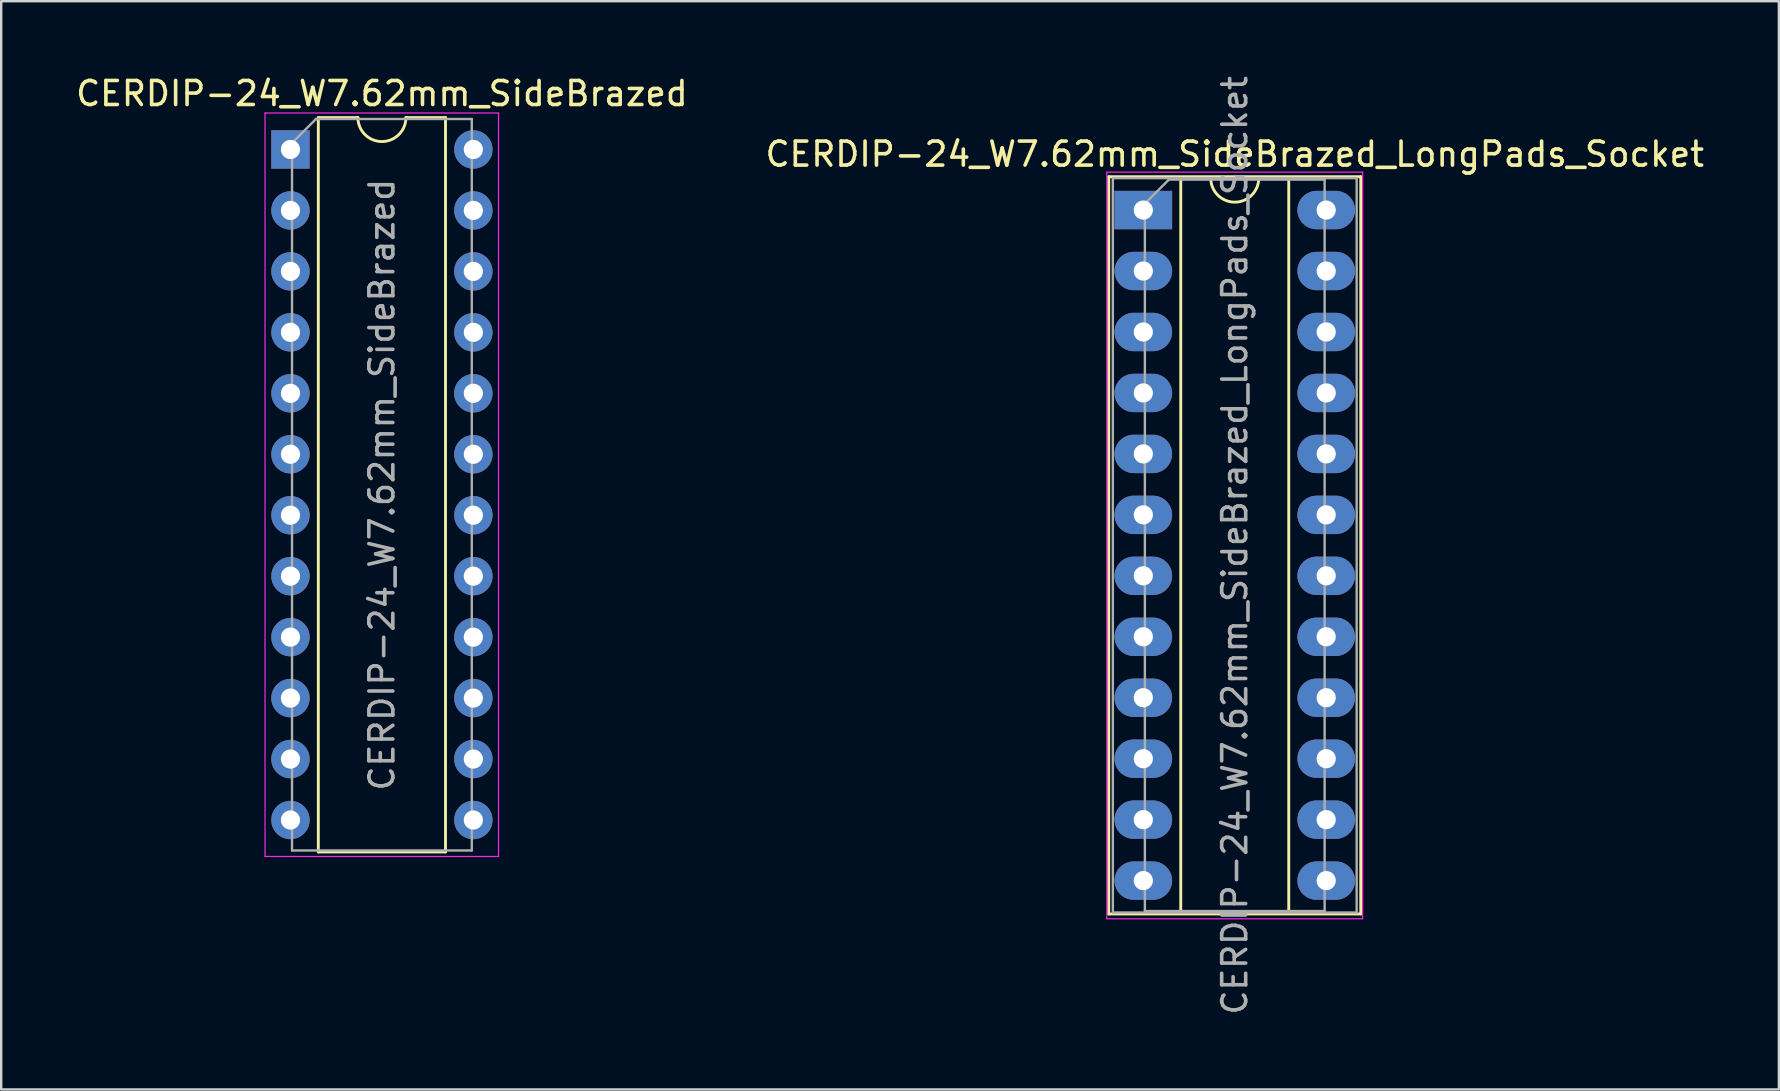
<source format=kicad_pcb>
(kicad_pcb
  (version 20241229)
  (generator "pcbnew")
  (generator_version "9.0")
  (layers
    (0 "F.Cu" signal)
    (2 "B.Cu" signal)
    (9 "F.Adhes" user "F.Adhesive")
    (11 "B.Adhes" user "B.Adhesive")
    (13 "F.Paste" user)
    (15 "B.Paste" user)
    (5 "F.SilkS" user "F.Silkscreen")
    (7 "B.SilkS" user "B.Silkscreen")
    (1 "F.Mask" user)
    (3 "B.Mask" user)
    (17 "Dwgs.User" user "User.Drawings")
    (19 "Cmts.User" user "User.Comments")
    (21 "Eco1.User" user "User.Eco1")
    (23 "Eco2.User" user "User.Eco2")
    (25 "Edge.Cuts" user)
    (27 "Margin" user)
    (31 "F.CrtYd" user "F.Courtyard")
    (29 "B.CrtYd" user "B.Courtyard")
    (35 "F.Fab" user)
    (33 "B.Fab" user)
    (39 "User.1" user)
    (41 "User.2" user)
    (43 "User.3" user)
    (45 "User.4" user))
  (footprint "CERDIP-24_W7.62mm_SideBrazed"
    (layer "F.Cu")
    (at 9.053 3.178)
    (property "Reference" "CERDIP-24_W7.62mm_SideBrazed" (at 3.81 -2.33 0) (layer "F.SilkS") (effects (font (size 1 1) (thickness 0.15))))
    (attr through_hole)
    (fp_line (start 1.16 -1.33) (end 1.16 29.27) (stroke (width 0.12) (type solid)) (layer "F.SilkS"))
    (fp_line (start 1.16 29.27) (end 6.46 29.27) (stroke (width 0.12) (type solid)) (layer "F.SilkS"))
    (fp_line (start 2.81 -1.33) (end 1.16 -1.33) (stroke (width 0.12) (type solid)) (layer "F.SilkS"))
    (fp_line (start 6.46 -1.33) (end 4.81 -1.33) (stroke (width 0.12) (type solid)) (layer "F.SilkS"))
    (fp_line (start 6.46 29.27) (end 6.46 -1.33) (stroke (width 0.12) (type solid)) (layer "F.SilkS"))
    (fp_arc (start 4.81 -1.33) (mid 3.81 -0.33) (end 2.81 -1.33) (stroke (width 0.12) (type solid)) (layer "F.SilkS"))
    (fp_line (start -1.06 -1.52) (end -1.06 29.46) (stroke (width 0.05) (type solid)) (layer "F.CrtYd"))
    (fp_line (start -1.06 29.46) (end 8.67 29.46) (stroke (width 0.05) (type solid)) (layer "F.CrtYd"))
    (fp_line (start 8.67 -1.52) (end -1.06 -1.52) (stroke (width 0.05) (type solid)) (layer "F.CrtYd"))
    (fp_line (start 8.67 29.46) (end 8.67 -1.52) (stroke (width 0.05) (type solid)) (layer "F.CrtYd"))
    (fp_line (start 0.065 -0.27) (end 1.065 -1.27) (stroke (width 0.1) (type solid)) (layer "F.Fab"))
    (fp_line (start 0.065 29.21) (end 0.065 -0.27) (stroke (width 0.1) (type solid)) (layer "F.Fab"))
    (fp_line (start 1.065 -1.27) (end 7.555 -1.27) (stroke (width 0.1) (type solid)) (layer "F.Fab"))
    (fp_line (start 7.555 -1.27) (end 7.555 29.21) (stroke (width 0.1) (type solid)) (layer "F.Fab"))
    (fp_line (start 7.555 29.21) (end 0.065 29.21) (stroke (width 0.1) (type solid)) (layer "F.Fab"))
    (fp_text user "${REFERENCE}" (at 3.81 13.97 90) (layer "F.Fab") (effects (font (size 1 1) (thickness 0.15))))
    (pad "1" thru_hole rect (at 0 0) (size 1.6 1.6) (drill 0.8) (layers "*.Cu" "*.Mask"))
    (pad "2" thru_hole circle (at 0 2.54) (size 1.6 1.6) (drill 0.8) (layers "*.Cu" "*.Mask"))
    (pad "3" thru_hole circle (at 0 5.08) (size 1.6 1.6) (drill 0.8) (layers "*.Cu" "*.Mask"))
    (pad "4" thru_hole circle (at 0 7.62) (size 1.6 1.6) (drill 0.8) (layers "*.Cu" "*.Mask"))
    (pad "5" thru_hole circle (at 0 10.16) (size 1.6 1.6) (drill 0.8) (layers "*.Cu" "*.Mask"))
    (pad "6" thru_hole circle (at 0 12.7) (size 1.6 1.6) (drill 0.8) (layers "*.Cu" "*.Mask"))
    (pad "7" thru_hole circle (at 0 15.24) (size 1.6 1.6) (drill 0.8) (layers "*.Cu" "*.Mask"))
    (pad "8" thru_hole circle (at 0 17.78) (size 1.6 1.6) (drill 0.8) (layers "*.Cu" "*.Mask"))
    (pad "9" thru_hole circle (at 0 20.32) (size 1.6 1.6) (drill 0.8) (layers "*.Cu" "*.Mask"))
    (pad "10" thru_hole circle (at 0 22.86) (size 1.6 1.6) (drill 0.8) (layers "*.Cu" "*.Mask"))
    (pad "11" thru_hole circle (at 0 25.4) (size 1.6 1.6) (drill 0.8) (layers "*.Cu" "*.Mask"))
    (pad "12" thru_hole circle (at 0 27.94) (size 1.6 1.6) (drill 0.8) (layers "*.Cu" "*.Mask"))
    (pad "13" thru_hole circle (at 7.62 27.94) (size 1.6 1.6) (drill 0.8) (layers "*.Cu" "*.Mask"))
    (pad "14" thru_hole circle (at 7.62 25.4) (size 1.6 1.6) (drill 0.8) (layers "*.Cu" "*.Mask"))
    (pad "15" thru_hole circle (at 7.62 22.86) (size 1.6 1.6) (drill 0.8) (layers "*.Cu" "*.Mask"))
    (pad "16" thru_hole circle (at 7.62 20.32) (size 1.6 1.6) (drill 0.8) (layers "*.Cu" "*.Mask"))
    (pad "17" thru_hole circle (at 7.62 17.78) (size 1.6 1.6) (drill 0.8) (layers "*.Cu" "*.Mask"))
    (pad "18" thru_hole circle (at 7.62 15.24) (size 1.6 1.6) (drill 0.8) (layers "*.Cu" "*.Mask"))
    (pad "19" thru_hole circle (at 7.62 12.7) (size 1.6 1.6) (drill 0.8) (layers "*.Cu" "*.Mask"))
    (pad "20" thru_hole circle (at 7.62 10.16) (size 1.6 1.6) (drill 0.8) (layers "*.Cu" "*.Mask"))
    (pad "21" thru_hole circle (at 7.62 7.62) (size 1.6 1.6) (drill 0.8) (layers "*.Cu" "*.Mask"))
    (pad "22" thru_hole circle (at 7.62 5.08) (size 1.6 1.6) (drill 0.8) (layers "*.Cu" "*.Mask"))
    (pad "23" thru_hole circle (at 7.62 2.54) (size 1.6 1.6) (drill 0.8) (layers "*.Cu" "*.Mask"))
    (pad "24" thru_hole circle (at 7.62 0) (size 1.6 1.6) (drill 0.8) (layers "*.Cu" "*.Mask")))
  (footprint "CERDIP-24_W7.62mm_SideBrazed_LongPads_Socket"
    (layer "F.Cu")
    (at 44.589 5.703)
    (property "Reference" "CERDIP-24_W7.62mm_SideBrazed_LongPads_Socket" (at 3.81 -2.33 0) (layer "F.SilkS") (effects (font (size 1 1) (thickness 0.15))))
    (attr through_hole)
    (fp_line (start -1.44 -1.39) (end -1.44 29.33) (stroke (width 0.12) (type solid)) (layer "F.SilkS"))
    (fp_line (start -1.44 29.33) (end 9.06 29.33) (stroke (width 0.12) (type solid)) (layer "F.SilkS"))
    (fp_line (start 1.56 -1.33) (end 1.56 29.27) (stroke (width 0.12) (type solid)) (layer "F.SilkS"))
    (fp_line (start 1.56 29.27) (end 6.06 29.27) (stroke (width 0.12) (type solid)) (layer "F.SilkS"))
    (fp_line (start 2.81 -1.33) (end 1.56 -1.33) (stroke (width 0.12) (type solid)) (layer "F.SilkS"))
    (fp_line (start 6.06 -1.33) (end 4.81 -1.33) (stroke (width 0.12) (type solid)) (layer "F.SilkS"))
    (fp_line (start 6.06 29.27) (end 6.06 -1.33) (stroke (width 0.12) (type solid)) (layer "F.SilkS"))
    (fp_line (start 9.06 -1.39) (end -1.44 -1.39) (stroke (width 0.12) (type solid)) (layer "F.SilkS"))
    (fp_line (start 9.06 29.33) (end 9.06 -1.39) (stroke (width 0.12) (type solid)) (layer "F.SilkS"))
    (fp_arc (start 4.81 -1.33) (mid 3.81 -0.33) (end 2.81 -1.33) (stroke (width 0.12) (type solid)) (layer "F.SilkS"))
    (fp_line (start -1.52 -1.58) (end -1.52 29.53) (stroke (width 0.05) (type solid)) (layer "F.CrtYd"))
    (fp_line (start -1.52 29.53) (end 9.14 29.53) (stroke (width 0.05) (type solid)) (layer "F.CrtYd"))
    (fp_line (start 9.14 -1.58) (end -1.52 -1.58) (stroke (width 0.05) (type solid)) (layer "F.CrtYd"))
    (fp_line (start 9.14 29.53) (end 9.14 -1.58) (stroke (width 0.05) (type solid)) (layer "F.CrtYd"))
    (fp_line (start -1.27 -1.33) (end -1.27 29.27) (stroke (width 0.1) (type solid)) (layer "F.Fab"))
    (fp_line (start -1.27 29.27) (end 8.89 29.27) (stroke (width 0.1) (type solid)) (layer "F.Fab"))
    (fp_line (start 0.065 -0.27) (end 1.065 -1.27) (stroke (width 0.1) (type solid)) (layer "F.Fab"))
    (fp_line (start 0.065 29.21) (end 0.065 -0.27) (stroke (width 0.1) (type solid)) (layer "F.Fab"))
    (fp_line (start 1.065 -1.27) (end 7.555 -1.27) (stroke (width 0.1) (type solid)) (layer "F.Fab"))
    (fp_line (start 7.555 -1.27) (end 7.555 29.21) (stroke (width 0.1) (type solid)) (layer "F.Fab"))
    (fp_line (start 7.555 29.21) (end 0.065 29.21) (stroke (width 0.1) (type solid)) (layer "F.Fab"))
    (fp_line (start 8.89 -1.33) (end -1.27 -1.33) (stroke (width 0.1) (type solid)) (layer "F.Fab"))
    (fp_line (start 8.89 29.27) (end 8.89 -1.33) (stroke (width 0.1) (type solid)) (layer "F.Fab"))
    (fp_text user "${REFERENCE}" (at 3.81 13.97 90) (layer "F.Fab") (effects (font (size 1 1) (thickness 0.15))))
    (pad "1" thru_hole rect (at 0 0) (size 2.4 1.6) (drill 0.8) (layers "*.Cu" "*.Mask"))
    (pad "2" thru_hole oval (at 0 2.54) (size 2.4 1.6) (drill 0.8) (layers "*.Cu" "*.Mask"))
    (pad "3" thru_hole oval (at 0 5.08) (size 2.4 1.6) (drill 0.8) (layers "*.Cu" "*.Mask"))
    (pad "4" thru_hole oval (at 0 7.62) (size 2.4 1.6) (drill 0.8) (layers "*.Cu" "*.Mask"))
    (pad "5" thru_hole oval (at 0 10.16) (size 2.4 1.6) (drill 0.8) (layers "*.Cu" "*.Mask"))
    (pad "6" thru_hole oval (at 0 12.7) (size 2.4 1.6) (drill 0.8) (layers "*.Cu" "*.Mask"))
    (pad "7" thru_hole oval (at 0 15.24) (size 2.4 1.6) (drill 0.8) (layers "*.Cu" "*.Mask"))
    (pad "8" thru_hole oval (at 0 17.78) (size 2.4 1.6) (drill 0.8) (layers "*.Cu" "*.Mask"))
    (pad "9" thru_hole oval (at 0 20.32) (size 2.4 1.6) (drill 0.8) (layers "*.Cu" "*.Mask"))
    (pad "10" thru_hole oval (at 0 22.86) (size 2.4 1.6) (drill 0.8) (layers "*.Cu" "*.Mask"))
    (pad "11" thru_hole oval (at 0 25.4) (size 2.4 1.6) (drill 0.8) (layers "*.Cu" "*.Mask"))
    (pad "12" thru_hole oval (at 0 27.94) (size 2.4 1.6) (drill 0.8) (layers "*.Cu" "*.Mask"))
    (pad "13" thru_hole oval (at 7.62 27.94) (size 2.4 1.6) (drill 0.8) (layers "*.Cu" "*.Mask"))
    (pad "14" thru_hole oval (at 7.62 25.4) (size 2.4 1.6) (drill 0.8) (layers "*.Cu" "*.Mask"))
    (pad "15" thru_hole oval (at 7.62 22.86) (size 2.4 1.6) (drill 0.8) (layers "*.Cu" "*.Mask"))
    (pad "16" thru_hole oval (at 7.62 20.32) (size 2.4 1.6) (drill 0.8) (layers "*.Cu" "*.Mask"))
    (pad "17" thru_hole oval (at 7.62 17.78) (size 2.4 1.6) (drill 0.8) (layers "*.Cu" "*.Mask"))
    (pad "18" thru_hole oval (at 7.62 15.24) (size 2.4 1.6) (drill 0.8) (layers "*.Cu" "*.Mask"))
    (pad "19" thru_hole oval (at 7.62 12.7) (size 2.4 1.6) (drill 0.8) (layers "*.Cu" "*.Mask"))
    (pad "20" thru_hole oval (at 7.62 10.16) (size 2.4 1.6) (drill 0.8) (layers "*.Cu" "*.Mask"))
    (pad "21" thru_hole oval (at 7.62 7.62) (size 2.4 1.6) (drill 0.8) (layers "*.Cu" "*.Mask"))
    (pad "22" thru_hole oval (at 7.62 5.08) (size 2.4 1.6) (drill 0.8) (layers "*.Cu" "*.Mask"))
    (pad "23" thru_hole oval (at 7.62 2.54) (size 2.4 1.6) (drill 0.8) (layers "*.Cu" "*.Mask"))
    (pad "24" thru_hole oval (at 7.62 0) (size 2.4 1.6) (drill 0.8) (layers "*.Cu" "*.Mask")))
  (gr_rect
    (start -3 -3)
    (end 71.071 42.345)
    (stroke (width 0.1) (type default))
    (fill no)
    (layer "Edge.Cuts")))
</source>
